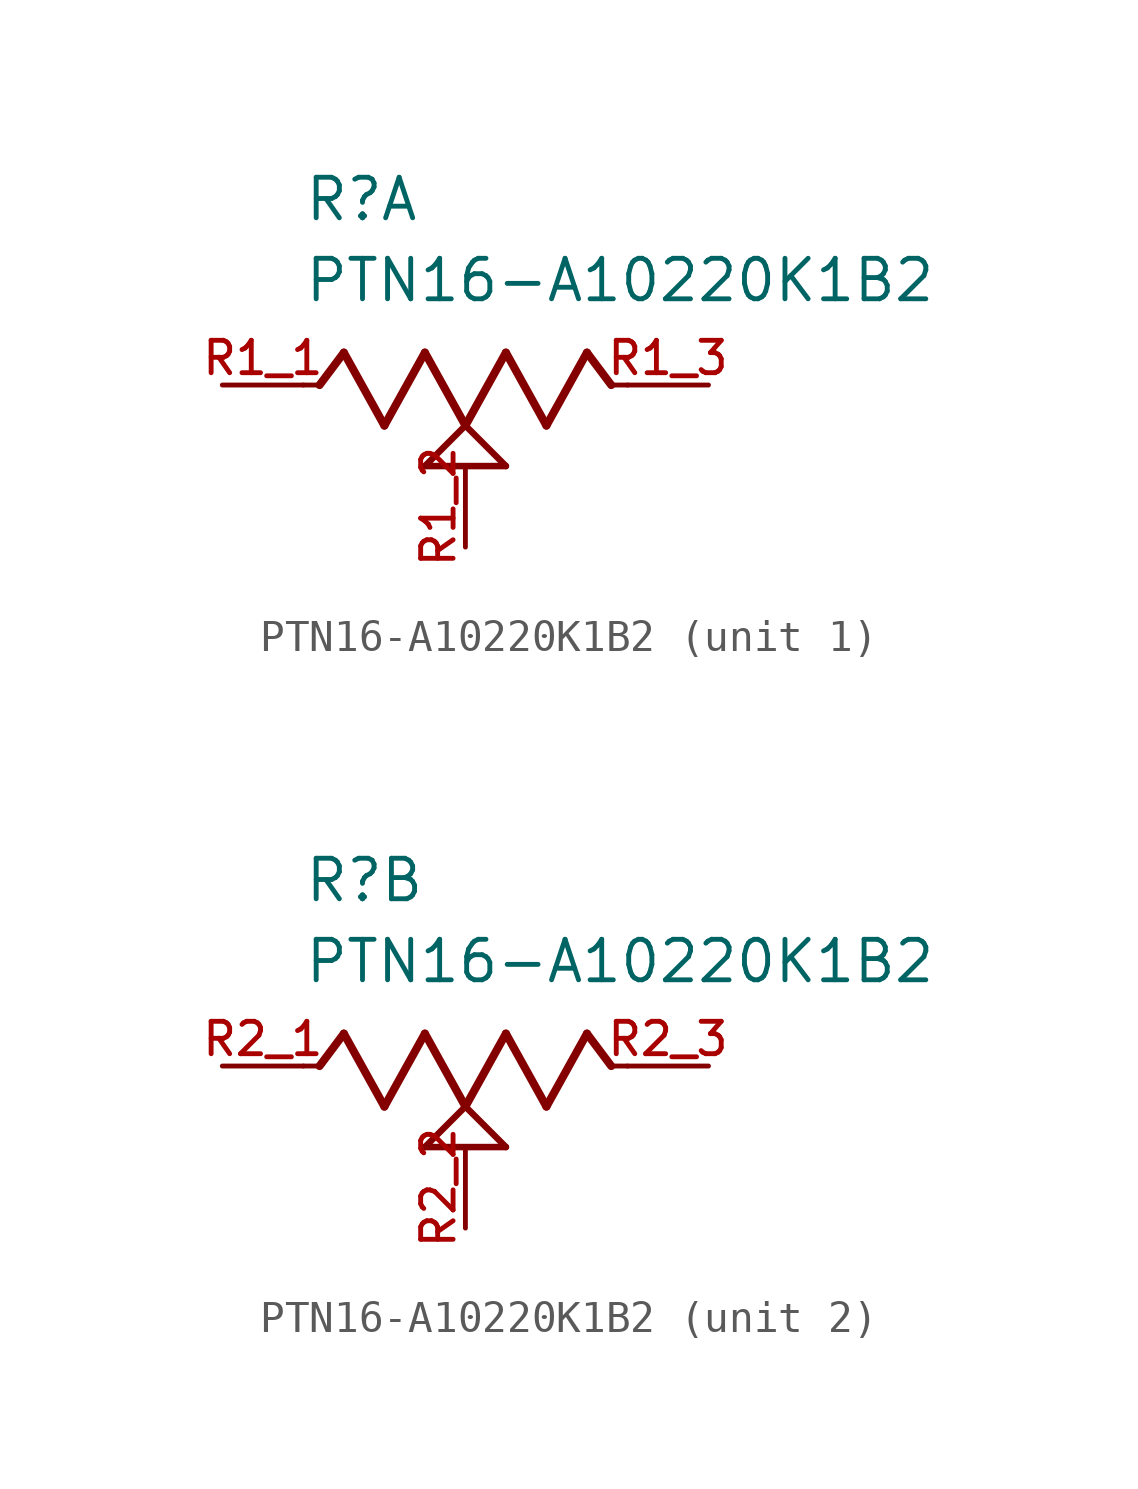
<source format=kicad_sym>
(kicad_symbol_lib
  (version 20211014)
  (generator kicad_symbol_editor)
  (symbol "PTN16-A10220K1B2"
    (pin_names
      (offset 1.016))
    (property "Reference" "R"
      (at -5.08 5.08 0)
      (effects (font (size 1.27 1.27)) (justify bottom left)))
    (property "Value" "PTN16-A10220K1B2"
      (at -5.08 2.54 0)
      (effects (font (size 1.27 1.27)) (justify bottom left)))
    (symbol "PTN16-A10220K1B2_1_0"
      (polyline (pts (xy -5.08 0.0) (xy -4.572 0.0)) (stroke (width 0.152)))
      (polyline (pts (xy -4.572 0.0) (xy -3.81 1.016)) (stroke (width 0.254)))
      (polyline (pts (xy -3.81 1.016) (xy -2.54 -1.27)) (stroke (width 0.254)))
      (polyline (pts (xy -2.54 -1.27) (xy -1.27 1.016)) (stroke (width 0.254)))
      (polyline (pts (xy -1.27 1.016) (xy 0.0 -1.27)) (stroke (width 0.254)))
      (polyline (pts (xy 0.0 -1.27) (xy 1.27 1.016)) (stroke (width 0.254)))
      (polyline (pts (xy 1.27 1.016) (xy 2.54 -1.27)) (stroke (width 0.254)))
      (polyline (pts (xy 2.54 -1.27) (xy 3.81 1.016)) (stroke (width 0.254)))
      (polyline (pts (xy 3.81 1.016) (xy 4.572 0.0)) (stroke (width 0.254)))
      (polyline (pts (xy 4.572 0.0) (xy 5.08 0.0)) (stroke (width 0.152)))
      (polyline (pts (xy 0.0 -1.27) (xy 1.27 -2.54)) (stroke (width 0.203)))
      (polyline (pts (xy -1.27 -2.54) (xy 0.0 -1.27)) (stroke (width 0.203)))
      (polyline (pts (xy 1.27 -2.54) (xy -1.27 -2.54)) (stroke (width 0.203)))
      (pin passive line (at -7.62 0.0 0) (length 2.54) (name "~" (effects (font (size 1.016 1.016)))) (number "R1_1" (effects (font (size 1.016 1.016)))))
      (pin passive line (at 7.62 0.0 180.0) (length 2.54) (name "~" (effects (font (size 1.016 1.016)))) (number "R1_3" (effects (font (size 1.016 1.016)))))
      (pin passive line (at 0.0 -5.08 90.0) (length 2.54) (name "~" (effects (font (size 1.016 1.016)))) (number "R1_2" (effects (font (size 1.016 1.016))))))
    (symbol "PTN16-A10220K1B2_2_0"
      (polyline (pts (xy -5.08 0.0) (xy -4.572 0.0)) (stroke (width 0.152)))
      (polyline (pts (xy -4.572 0.0) (xy -3.81 1.016)) (stroke (width 0.254)))
      (polyline (pts (xy -3.81 1.016) (xy -2.54 -1.27)) (stroke (width 0.254)))
      (polyline (pts (xy -2.54 -1.27) (xy -1.27 1.016)) (stroke (width 0.254)))
      (polyline (pts (xy -1.27 1.016) (xy 0.0 -1.27)) (stroke (width 0.254)))
      (polyline (pts (xy 0.0 -1.27) (xy 1.27 1.016)) (stroke (width 0.254)))
      (polyline (pts (xy 1.27 1.016) (xy 2.54 -1.27)) (stroke (width 0.254)))
      (polyline (pts (xy 2.54 -1.27) (xy 3.81 1.016)) (stroke (width 0.254)))
      (polyline (pts (xy 3.81 1.016) (xy 4.572 0.0)) (stroke (width 0.254)))
      (polyline (pts (xy 4.572 0.0) (xy 5.08 0.0)) (stroke (width 0.152)))
      (polyline (pts (xy 0.0 -1.27) (xy 1.27 -2.54)) (stroke (width 0.203)))
      (polyline (pts (xy -1.27 -2.54) (xy 0.0 -1.27)) (stroke (width 0.203)))
      (polyline (pts (xy 1.27 -2.54) (xy -1.27 -2.54)) (stroke (width 0.203)))
      (pin passive line (at -7.62 0.0 0) (length 2.54) (name "~" (effects (font (size 1.016 1.016)))) (number "R2_1" (effects (font (size 1.016 1.016)))))
      (pin passive line (at 7.62 0.0 180.0) (length 2.54) (name "~" (effects (font (size 1.016 1.016)))) (number "R2_3" (effects (font (size 1.016 1.016)))))
      (pin passive line (at 0.0 -5.08 90.0) (length 2.54) (name "~" (effects (font (size 1.016 1.016)))) (number "R2_2" (effects (font (size 1.016 1.016))))))))
</source>
